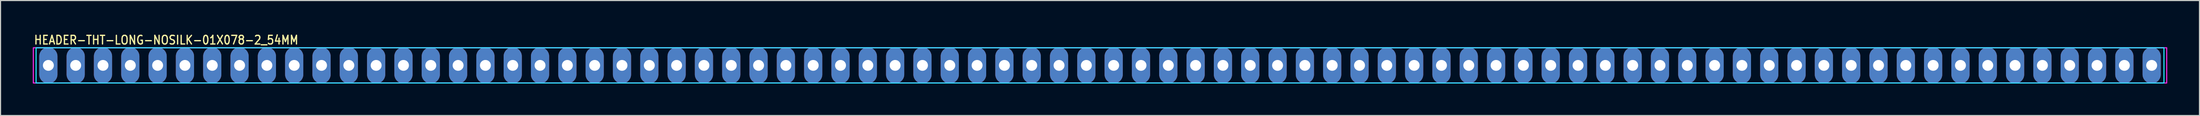
<source format=kicad_pcb>
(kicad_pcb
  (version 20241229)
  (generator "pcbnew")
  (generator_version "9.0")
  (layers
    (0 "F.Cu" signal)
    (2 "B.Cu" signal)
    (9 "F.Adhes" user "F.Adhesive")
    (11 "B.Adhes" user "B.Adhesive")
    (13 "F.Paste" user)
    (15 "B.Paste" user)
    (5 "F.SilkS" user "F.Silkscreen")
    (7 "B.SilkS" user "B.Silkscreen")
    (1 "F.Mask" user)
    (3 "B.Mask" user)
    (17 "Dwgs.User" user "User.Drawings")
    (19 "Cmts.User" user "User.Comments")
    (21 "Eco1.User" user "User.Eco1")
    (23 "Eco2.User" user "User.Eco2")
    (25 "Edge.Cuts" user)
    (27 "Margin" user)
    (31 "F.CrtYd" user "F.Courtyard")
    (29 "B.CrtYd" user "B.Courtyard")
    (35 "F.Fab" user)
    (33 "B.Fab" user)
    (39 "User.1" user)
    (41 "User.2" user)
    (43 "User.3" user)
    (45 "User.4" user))
  (footprint "HEADER-THT-LONG-NOSILK-01X078-2_54MM"
    (layer "F.Cu")
    (at 1.447 3.079)
    (property "Reference" "HEADER-THT-LONG-NOSILK-01X078-2_54MM" (at -1.4 -1.9 0) (unlocked yes) (layer "F.SilkS") (effects (font (size 0.813 0.695) (thickness 0.122)) (justify left bottom)))
    (fp_poly (pts (xy -1.143 -1.651) (xy 196.723 -1.651) (xy 196.723 1.651) (xy -1.143 1.651)) (stroke (width 0.1) (type solid)) (fill no) (layer "B.CrtYd"))
    (fp_poly (pts (xy -1.397 -1.651) (xy 196.977 -1.651) (xy 196.977 1.651) (xy -1.397 1.651)) (stroke (width 0.1) (type solid)) (fill no) (layer "F.CrtYd"))
    (pad "1" thru_hole oval (at 0 0 90) (size 3.387 1.693) (drill 1.016) (layers "*.Cu" "*.Mask"))
    (pad "2" thru_hole oval (at 2.54 0 90) (size 3.387 1.693) (drill 1.016) (layers "*.Cu" "*.Mask"))
    (pad "3" thru_hole oval (at 5.08 0 90) (size 3.387 1.693) (drill 1.016) (layers "*.Cu" "*.Mask"))
    (pad "4" thru_hole oval (at 7.62 0 90) (size 3.387 1.693) (drill 1.016) (layers "*.Cu" "*.Mask"))
    (pad "5" thru_hole oval (at 10.16 0 90) (size 3.387 1.693) (drill 1.016) (layers "*.Cu" "*.Mask"))
    (pad "6" thru_hole oval (at 12.7 0 90) (size 3.387 1.693) (drill 1.016) (layers "*.Cu" "*.Mask"))
    (pad "7" thru_hole oval (at 15.24 0 90) (size 3.387 1.693) (drill 1.016) (layers "*.Cu" "*.Mask"))
    (pad "8" thru_hole oval (at 17.78 0 90) (size 3.387 1.693) (drill 1.016) (layers "*.Cu" "*.Mask"))
    (pad "9" thru_hole oval (at 20.32 0 90) (size 3.387 1.693) (drill 1.016) (layers "*.Cu" "*.Mask"))
    (pad "10" thru_hole oval (at 22.86 0 90) (size 3.387 1.693) (drill 1.016) (layers "*.Cu" "*.Mask"))
    (pad "11" thru_hole oval (at 25.4 0 90) (size 3.387 1.693) (drill 1.016) (layers "*.Cu" "*.Mask"))
    (pad "12" thru_hole oval (at 27.94 0 90) (size 3.387 1.693) (drill 1.016) (layers "*.Cu" "*.Mask"))
    (pad "13" thru_hole oval (at 30.48 0 90) (size 3.387 1.693) (drill 1.016) (layers "*.Cu" "*.Mask"))
    (pad "14" thru_hole oval (at 33.02 0 90) (size 3.387 1.693) (drill 1.016) (layers "*.Cu" "*.Mask"))
    (pad "15" thru_hole oval (at 35.56 0 90) (size 3.387 1.693) (drill 1.016) (layers "*.Cu" "*.Mask"))
    (pad "16" thru_hole oval (at 38.1 0 90) (size 3.387 1.693) (drill 1.016) (layers "*.Cu" "*.Mask"))
    (pad "17" thru_hole oval (at 40.64 0 90) (size 3.387 1.693) (drill 1.016) (layers "*.Cu" "*.Mask"))
    (pad "18" thru_hole oval (at 43.18 0 90) (size 3.387 1.693) (drill 1.016) (layers "*.Cu" "*.Mask"))
    (pad "19" thru_hole oval (at 45.72 0 90) (size 3.387 1.693) (drill 1.016) (layers "*.Cu" "*.Mask"))
    (pad "20" thru_hole oval (at 48.26 0 90) (size 3.387 1.693) (drill 1.016) (layers "*.Cu" "*.Mask"))
    (pad "21" thru_hole oval (at 50.8 0 90) (size 3.387 1.693) (drill 1.016) (layers "*.Cu" "*.Mask"))
    (pad "22" thru_hole oval (at 53.34 0 90) (size 3.387 1.693) (drill 1.016) (layers "*.Cu" "*.Mask"))
    (pad "23" thru_hole oval (at 55.88 0 90) (size 3.387 1.693) (drill 1.016) (layers "*.Cu" "*.Mask"))
    (pad "24" thru_hole oval (at 58.42 0 90) (size 3.387 1.693) (drill 1.016) (layers "*.Cu" "*.Mask"))
    (pad "25" thru_hole oval (at 60.96 0 90) (size 3.387 1.693) (drill 1.016) (layers "*.Cu" "*.Mask"))
    (pad "26" thru_hole oval (at 63.5 0 90) (size 3.387 1.693) (drill 1.016) (layers "*.Cu" "*.Mask"))
    (pad "27" thru_hole oval (at 66.04 0 90) (size 3.387 1.693) (drill 1.016) (layers "*.Cu" "*.Mask"))
    (pad "28" thru_hole oval (at 68.58 0 90) (size 3.387 1.693) (drill 1.016) (layers "*.Cu" "*.Mask"))
    (pad "29" thru_hole oval (at 71.12 0 90) (size 3.387 1.693) (drill 1.016) (layers "*.Cu" "*.Mask"))
    (pad "30" thru_hole oval (at 73.66 0 90) (size 3.387 1.693) (drill 1.016) (layers "*.Cu" "*.Mask"))
    (pad "31" thru_hole oval (at 76.2 0 90) (size 3.387 1.693) (drill 1.016) (layers "*.Cu" "*.Mask"))
    (pad "32" thru_hole oval (at 78.74 0 90) (size 3.387 1.693) (drill 1.016) (layers "*.Cu" "*.Mask"))
    (pad "33" thru_hole oval (at 81.28 0 90) (size 3.387 1.693) (drill 1.016) (layers "*.Cu" "*.Mask"))
    (pad "34" thru_hole oval (at 83.82 0 90) (size 3.387 1.693) (drill 1.016) (layers "*.Cu" "*.Mask"))
    (pad "35" thru_hole oval (at 86.36 0 90) (size 3.387 1.693) (drill 1.016) (layers "*.Cu" "*.Mask"))
    (pad "36" thru_hole oval (at 88.9 0 90) (size 3.387 1.693) (drill 1.016) (layers "*.Cu" "*.Mask"))
    (pad "37" thru_hole oval (at 91.44 0 90) (size 3.387 1.693) (drill 1.016) (layers "*.Cu" "*.Mask"))
    (pad "38" thru_hole oval (at 93.98 0 90) (size 3.387 1.693) (drill 1.016) (layers "*.Cu" "*.Mask"))
    (pad "39" thru_hole oval (at 96.52 0 90) (size 3.387 1.693) (drill 1.016) (layers "*.Cu" "*.Mask"))
    (pad "40" thru_hole oval (at 99.06 0 90) (size 3.387 1.693) (drill 1.016) (layers "*.Cu" "*.Mask"))
    (pad "41" thru_hole oval (at 101.6 0 90) (size 3.387 1.693) (drill 1.016) (layers "*.Cu" "*.Mask"))
    (pad "42" thru_hole oval (at 104.14 0 90) (size 3.387 1.693) (drill 1.016) (layers "*.Cu" "*.Mask"))
    (pad "43" thru_hole oval (at 106.68 0 90) (size 3.387 1.693) (drill 1.016) (layers "*.Cu" "*.Mask"))
    (pad "44" thru_hole oval (at 109.22 0 90) (size 3.387 1.693) (drill 1.016) (layers "*.Cu" "*.Mask"))
    (pad "45" thru_hole oval (at 111.76 0 90) (size 3.387 1.693) (drill 1.016) (layers "*.Cu" "*.Mask"))
    (pad "46" thru_hole oval (at 114.3 0 90) (size 3.387 1.693) (drill 1.016) (layers "*.Cu" "*.Mask"))
    (pad "47" thru_hole oval (at 116.84 0 90) (size 3.387 1.693) (drill 1.016) (layers "*.Cu" "*.Mask"))
    (pad "48" thru_hole oval (at 119.38 0 90) (size 3.387 1.693) (drill 1.016) (layers "*.Cu" "*.Mask"))
    (pad "49" thru_hole oval (at 121.92 0 90) (size 3.387 1.693) (drill 1.016) (layers "*.Cu" "*.Mask"))
    (pad "50" thru_hole oval (at 124.46 0 90) (size 3.387 1.693) (drill 1.016) (layers "*.Cu" "*.Mask"))
    (pad "51" thru_hole oval (at 127 0 90) (size 3.387 1.693) (drill 1.016) (layers "*.Cu" "*.Mask"))
    (pad "52" thru_hole oval (at 129.54 0 90) (size 3.387 1.693) (drill 1.016) (layers "*.Cu" "*.Mask"))
    (pad "53" thru_hole oval (at 132.08 0 90) (size 3.387 1.693) (drill 1.016) (layers "*.Cu" "*.Mask"))
    (pad "54" thru_hole oval (at 134.62 0 90) (size 3.387 1.693) (drill 1.016) (layers "*.Cu" "*.Mask"))
    (pad "55" thru_hole oval (at 137.16 0 90) (size 3.387 1.693) (drill 1.016) (layers "*.Cu" "*.Mask"))
    (pad "56" thru_hole oval (at 139.7 0 90) (size 3.387 1.693) (drill 1.016) (layers "*.Cu" "*.Mask"))
    (pad "57" thru_hole oval (at 142.24 0 90) (size 3.387 1.693) (drill 1.016) (layers "*.Cu" "*.Mask"))
    (pad "58" thru_hole oval (at 144.78 0 90) (size 3.387 1.693) (drill 1.016) (layers "*.Cu" "*.Mask"))
    (pad "59" thru_hole oval (at 147.32 0 90) (size 3.387 1.693) (drill 1.016) (layers "*.Cu" "*.Mask"))
    (pad "60" thru_hole oval (at 149.86 0 90) (size 3.387 1.693) (drill 1.016) (layers "*.Cu" "*.Mask"))
    (pad "61" thru_hole oval (at 152.4 0 90) (size 3.387 1.693) (drill 1.016) (layers "*.Cu" "*.Mask"))
    (pad "62" thru_hole oval (at 154.94 0 90) (size 3.387 1.693) (drill 1.016) (layers "*.Cu" "*.Mask"))
    (pad "63" thru_hole oval (at 157.48 0 90) (size 3.387 1.693) (drill 1.016) (layers "*.Cu" "*.Mask"))
    (pad "64" thru_hole oval (at 160.02 0 90) (size 3.387 1.693) (drill 1.016) (layers "*.Cu" "*.Mask"))
    (pad "65" thru_hole oval (at 162.56 0 90) (size 3.387 1.693) (drill 1.016) (layers "*.Cu" "*.Mask"))
    (pad "66" thru_hole oval (at 165.1 0 90) (size 3.387 1.693) (drill 1.016) (layers "*.Cu" "*.Mask"))
    (pad "67" thru_hole oval (at 167.64 0 90) (size 3.387 1.693) (drill 1.016) (layers "*.Cu" "*.Mask"))
    (pad "68" thru_hole oval (at 170.18 0 90) (size 3.387 1.693) (drill 1.016) (layers "*.Cu" "*.Mask"))
    (pad "69" thru_hole oval (at 172.72 0 90) (size 3.387 1.693) (drill 1.016) (layers "*.Cu" "*.Mask"))
    (pad "70" thru_hole oval (at 175.26 0 90) (size 3.387 1.693) (drill 1.016) (layers "*.Cu" "*.Mask"))
    (pad "71" thru_hole oval (at 177.8 0 90) (size 3.387 1.693) (drill 1.016) (layers "*.Cu" "*.Mask"))
    (pad "72" thru_hole oval (at 180.34 0 90) (size 3.387 1.693) (drill 1.016) (layers "*.Cu" "*.Mask"))
    (pad "73" thru_hole oval (at 182.88 0 90) (size 3.387 1.693) (drill 1.016) (layers "*.Cu" "*.Mask"))
    (pad "74" thru_hole oval (at 185.42 0 90) (size 3.387 1.693) (drill 1.016) (layers "*.Cu" "*.Mask"))
    (pad "75" thru_hole oval (at 187.96 0 90) (size 3.387 1.693) (drill 1.016) (layers "*.Cu" "*.Mask"))
    (pad "76" thru_hole oval (at 190.5 0 90) (size 3.387 1.693) (drill 1.016) (layers "*.Cu" "*.Mask"))
    (pad "77" thru_hole oval (at 193.04 0 90) (size 3.387 1.693) (drill 1.016) (layers "*.Cu" "*.Mask"))
    (pad "78" thru_hole oval (at 195.58 0 90) (size 3.387 1.693) (drill 1.016) (layers "*.Cu" "*.Mask")))
  (gr_rect
    (start -3 -3)
    (end 201.474 7.78)
    (stroke (width 0.1) (type default))
    (fill no)
    (layer "Edge.Cuts")))
</source>
